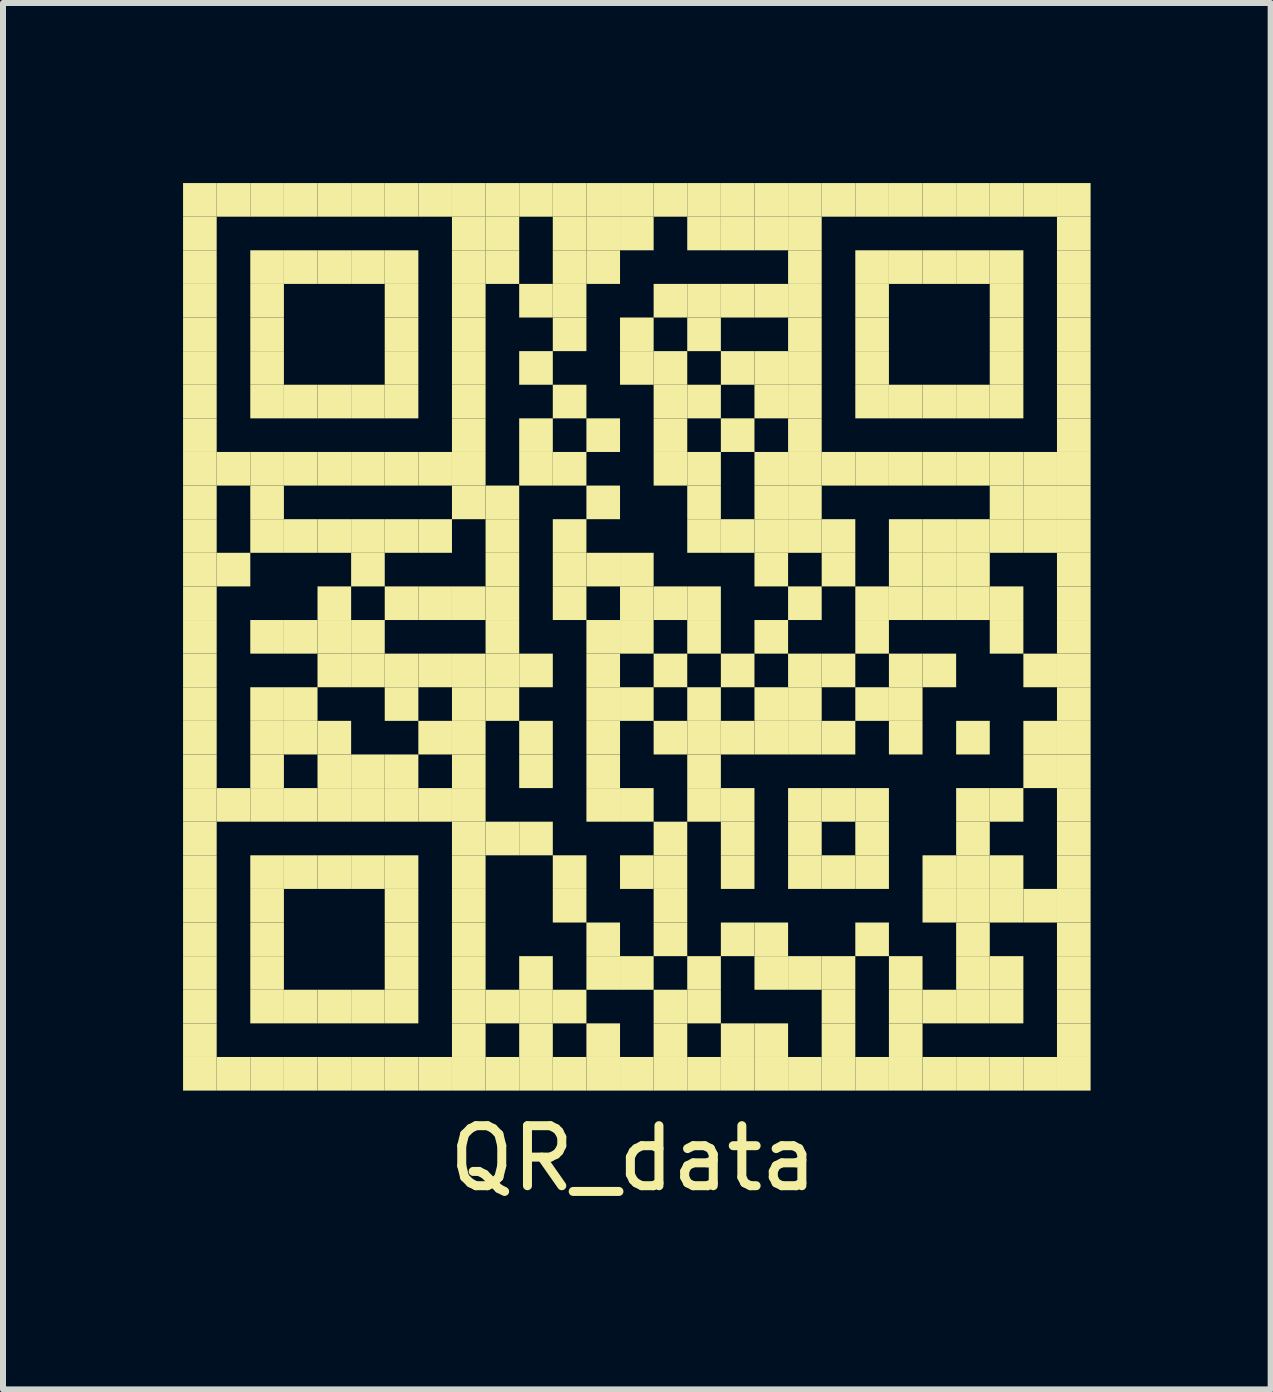
<source format=kicad_pcb>
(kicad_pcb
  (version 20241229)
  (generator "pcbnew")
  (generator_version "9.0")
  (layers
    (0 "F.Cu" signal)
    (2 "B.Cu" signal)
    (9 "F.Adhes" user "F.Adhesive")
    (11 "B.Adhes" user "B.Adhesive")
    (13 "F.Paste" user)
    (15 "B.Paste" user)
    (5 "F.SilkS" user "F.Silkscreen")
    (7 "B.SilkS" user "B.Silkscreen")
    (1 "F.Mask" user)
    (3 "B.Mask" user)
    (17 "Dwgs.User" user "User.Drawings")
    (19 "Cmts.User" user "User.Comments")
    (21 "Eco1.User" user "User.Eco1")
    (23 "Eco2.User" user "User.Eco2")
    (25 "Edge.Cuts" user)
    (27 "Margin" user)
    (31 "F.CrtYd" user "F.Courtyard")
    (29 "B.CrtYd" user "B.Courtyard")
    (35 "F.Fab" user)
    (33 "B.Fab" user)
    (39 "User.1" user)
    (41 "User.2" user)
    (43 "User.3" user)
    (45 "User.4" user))
  (footprint "QR_data"
    (layer "F.Cu")
    (at 7.5 7.5)
    (property "Reference" "QR_data" (at 0 8.75 0) (layer "F.SilkS") (effects (font (size 1 1) (thickness 0.15))))
    (attr exclude_from_pos_files exclude_from_bom)
    (fp_poly (pts (xy -7.5 -7.5) (xy -7.5 -6.94) (xy -6.94 -6.94) (xy -6.94 -7.5)) (stroke (width 0) (type solid)) (fill yes) (layer "F.SilkS"))
    (fp_poly (pts (xy -7.5 -6.94) (xy -7.5 -6.38) (xy -6.94 -6.38) (xy -6.94 -6.94)) (stroke (width 0) (type solid)) (fill yes) (layer "F.SilkS"))
    (fp_poly (pts (xy -7.5 -6.38) (xy -7.5 -5.82) (xy -6.94 -5.82) (xy -6.94 -6.38)) (stroke (width 0) (type solid)) (fill yes) (layer "F.SilkS"))
    (fp_poly (pts (xy -7.5 -5.82) (xy -7.5 -5.26) (xy -6.94 -5.26) (xy -6.94 -5.82)) (stroke (width 0) (type solid)) (fill yes) (layer "F.SilkS"))
    (fp_poly (pts (xy -7.5 -5.26) (xy -7.5 -4.7) (xy -6.94 -4.7) (xy -6.94 -5.26)) (stroke (width 0) (type solid)) (fill yes) (layer "F.SilkS"))
    (fp_poly (pts (xy -7.5 -4.7) (xy -7.5 -4.14) (xy -6.94 -4.14) (xy -6.94 -4.7)) (stroke (width 0) (type solid)) (fill yes) (layer "F.SilkS"))
    (fp_poly (pts (xy -7.5 -4.14) (xy -7.5 -3.58) (xy -6.94 -3.58) (xy -6.94 -4.14)) (stroke (width 0) (type solid)) (fill yes) (layer "F.SilkS"))
    (fp_poly (pts (xy -7.5 -3.58) (xy -7.5 -3.02) (xy -6.94 -3.02) (xy -6.94 -3.58)) (stroke (width 0) (type solid)) (fill yes) (layer "F.SilkS"))
    (fp_poly (pts (xy -7.5 -3.02) (xy -7.5 -2.46) (xy -6.94 -2.46) (xy -6.94 -3.02)) (stroke (width 0) (type solid)) (fill yes) (layer "F.SilkS"))
    (fp_poly (pts (xy -7.5 -2.46) (xy -7.5 -1.9) (xy -6.94 -1.9) (xy -6.94 -2.46)) (stroke (width 0) (type solid)) (fill yes) (layer "F.SilkS"))
    (fp_poly (pts (xy -7.5 -1.9) (xy -7.5 -1.34) (xy -6.94 -1.34) (xy -6.94 -1.9)) (stroke (width 0) (type solid)) (fill yes) (layer "F.SilkS"))
    (fp_poly (pts (xy -7.5 -1.34) (xy -7.5 -0.78) (xy -6.94 -0.78) (xy -6.94 -1.34)) (stroke (width 0) (type solid)) (fill yes) (layer "F.SilkS"))
    (fp_poly (pts (xy -7.5 -0.78) (xy -7.5 -0.22) (xy -6.94 -0.22) (xy -6.94 -0.78)) (stroke (width 0) (type solid)) (fill yes) (layer "F.SilkS"))
    (fp_poly (pts (xy -7.5 -0.22) (xy -7.5 0.34) (xy -6.94 0.34) (xy -6.94 -0.22)) (stroke (width 0) (type solid)) (fill yes) (layer "F.SilkS"))
    (fp_poly (pts (xy -7.5 0.34) (xy -7.5 0.9) (xy -6.94 0.9) (xy -6.94 0.34)) (stroke (width 0) (type solid)) (fill yes) (layer "F.SilkS"))
    (fp_poly (pts (xy -7.5 0.9) (xy -7.5 1.46) (xy -6.94 1.46) (xy -6.94 0.9)) (stroke (width 0) (type solid)) (fill yes) (layer "F.SilkS"))
    (fp_poly (pts (xy -7.5 1.46) (xy -7.5 2.02) (xy -6.94 2.02) (xy -6.94 1.46)) (stroke (width 0) (type solid)) (fill yes) (layer "F.SilkS"))
    (fp_poly (pts (xy -7.5 2.02) (xy -7.5 2.58) (xy -6.94 2.58) (xy -6.94 2.02)) (stroke (width 0) (type solid)) (fill yes) (layer "F.SilkS"))
    (fp_poly (pts (xy -7.5 2.58) (xy -7.5 3.14) (xy -6.94 3.14) (xy -6.94 2.58)) (stroke (width 0) (type solid)) (fill yes) (layer "F.SilkS"))
    (fp_poly (pts (xy -7.5 3.14) (xy -7.5 3.7) (xy -6.94 3.7) (xy -6.94 3.14)) (stroke (width 0) (type solid)) (fill yes) (layer "F.SilkS"))
    (fp_poly (pts (xy -7.5 3.7) (xy -7.5 4.26) (xy -6.94 4.26) (xy -6.94 3.7)) (stroke (width 0) (type solid)) (fill yes) (layer "F.SilkS"))
    (fp_poly (pts (xy -7.5 4.26) (xy -7.5 4.82) (xy -6.94 4.82) (xy -6.94 4.26)) (stroke (width 0) (type solid)) (fill yes) (layer "F.SilkS"))
    (fp_poly (pts (xy -7.5 4.82) (xy -7.5 5.38) (xy -6.94 5.38) (xy -6.94 4.82)) (stroke (width 0) (type solid)) (fill yes) (layer "F.SilkS"))
    (fp_poly (pts (xy -7.5 5.38) (xy -7.5 5.94) (xy -6.94 5.94) (xy -6.94 5.38)) (stroke (width 0) (type solid)) (fill yes) (layer "F.SilkS"))
    (fp_poly (pts (xy -7.5 5.94) (xy -7.5 6.5) (xy -6.94 6.5) (xy -6.94 5.94)) (stroke (width 0) (type solid)) (fill yes) (layer "F.SilkS"))
    (fp_poly (pts (xy -7.5 6.5) (xy -7.5 7.06) (xy -6.94 7.06) (xy -6.94 6.5)) (stroke (width 0) (type solid)) (fill yes) (layer "F.SilkS"))
    (fp_poly (pts (xy -7.5 7.06) (xy -7.5 7.62) (xy -6.94 7.62) (xy -6.94 7.06)) (stroke (width 0) (type solid)) (fill yes) (layer "F.SilkS"))
    (fp_poly (pts (xy -6.94 -7.5) (xy -6.94 -6.94) (xy -6.38 -6.94) (xy -6.38 -7.5)) (stroke (width 0) (type solid)) (fill yes) (layer "F.SilkS"))
    (fp_poly (pts (xy -6.94 -3.02) (xy -6.94 -2.46) (xy -6.38 -2.46) (xy -6.38 -3.02)) (stroke (width 0) (type solid)) (fill yes) (layer "F.SilkS"))
    (fp_poly (pts (xy -6.94 -1.34) (xy -6.94 -0.78) (xy -6.38 -0.78) (xy -6.38 -1.34)) (stroke (width 0) (type solid)) (fill yes) (layer "F.SilkS"))
    (fp_poly (pts (xy -6.94 2.58) (xy -6.94 3.14) (xy -6.38 3.14) (xy -6.38 2.58)) (stroke (width 0) (type solid)) (fill yes) (layer "F.SilkS"))
    (fp_poly (pts (xy -6.94 7.06) (xy -6.94 7.62) (xy -6.38 7.62) (xy -6.38 7.06)) (stroke (width 0) (type solid)) (fill yes) (layer "F.SilkS"))
    (fp_poly (pts (xy -6.38 -7.5) (xy -6.38 -6.94) (xy -5.82 -6.94) (xy -5.82 -7.5)) (stroke (width 0) (type solid)) (fill yes) (layer "F.SilkS"))
    (fp_poly (pts (xy -6.38 -6.38) (xy -6.38 -5.82) (xy -5.82 -5.82) (xy -5.82 -6.38)) (stroke (width 0) (type solid)) (fill yes) (layer "F.SilkS"))
    (fp_poly (pts (xy -6.38 -5.82) (xy -6.38 -5.26) (xy -5.82 -5.26) (xy -5.82 -5.82)) (stroke (width 0) (type solid)) (fill yes) (layer "F.SilkS"))
    (fp_poly (pts (xy -6.38 -5.26) (xy -6.38 -4.7) (xy -5.82 -4.7) (xy -5.82 -5.26)) (stroke (width 0) (type solid)) (fill yes) (layer "F.SilkS"))
    (fp_poly (pts (xy -6.38 -4.7) (xy -6.38 -4.14) (xy -5.82 -4.14) (xy -5.82 -4.7)) (stroke (width 0) (type solid)) (fill yes) (layer "F.SilkS"))
    (fp_poly (pts (xy -6.38 -4.14) (xy -6.38 -3.58) (xy -5.82 -3.58) (xy -5.82 -4.14)) (stroke (width 0) (type solid)) (fill yes) (layer "F.SilkS"))
    (fp_poly (pts (xy -6.38 -3.02) (xy -6.38 -2.46) (xy -5.82 -2.46) (xy -5.82 -3.02)) (stroke (width 0) (type solid)) (fill yes) (layer "F.SilkS"))
    (fp_poly (pts (xy -6.38 -2.46) (xy -6.38 -1.9) (xy -5.82 -1.9) (xy -5.82 -2.46)) (stroke (width 0) (type solid)) (fill yes) (layer "F.SilkS"))
    (fp_poly (pts (xy -6.38 -1.9) (xy -6.38 -1.34) (xy -5.82 -1.34) (xy -5.82 -1.9)) (stroke (width 0) (type solid)) (fill yes) (layer "F.SilkS"))
    (fp_poly (pts (xy -6.38 -0.22) (xy -6.38 0.34) (xy -5.82 0.34) (xy -5.82 -0.22)) (stroke (width 0) (type solid)) (fill yes) (layer "F.SilkS"))
    (fp_poly (pts (xy -6.38 0.9) (xy -6.38 1.46) (xy -5.82 1.46) (xy -5.82 0.9)) (stroke (width 0) (type solid)) (fill yes) (layer "F.SilkS"))
    (fp_poly (pts (xy -6.38 1.46) (xy -6.38 2.02) (xy -5.82 2.02) (xy -5.82 1.46)) (stroke (width 0) (type solid)) (fill yes) (layer "F.SilkS"))
    (fp_poly (pts (xy -6.38 2.02) (xy -6.38 2.58) (xy -5.82 2.58) (xy -5.82 2.02)) (stroke (width 0) (type solid)) (fill yes) (layer "F.SilkS"))
    (fp_poly (pts (xy -6.38 2.58) (xy -6.38 3.14) (xy -5.82 3.14) (xy -5.82 2.58)) (stroke (width 0) (type solid)) (fill yes) (layer "F.SilkS"))
    (fp_poly (pts (xy -6.38 3.7) (xy -6.38 4.26) (xy -5.82 4.26) (xy -5.82 3.7)) (stroke (width 0) (type solid)) (fill yes) (layer "F.SilkS"))
    (fp_poly (pts (xy -6.38 4.26) (xy -6.38 4.82) (xy -5.82 4.82) (xy -5.82 4.26)) (stroke (width 0) (type solid)) (fill yes) (layer "F.SilkS"))
    (fp_poly (pts (xy -6.38 4.82) (xy -6.38 5.38) (xy -5.82 5.38) (xy -5.82 4.82)) (stroke (width 0) (type solid)) (fill yes) (layer "F.SilkS"))
    (fp_poly (pts (xy -6.38 5.38) (xy -6.38 5.94) (xy -5.82 5.94) (xy -5.82 5.38)) (stroke (width 0) (type solid)) (fill yes) (layer "F.SilkS"))
    (fp_poly (pts (xy -6.38 5.94) (xy -6.38 6.5) (xy -5.82 6.5) (xy -5.82 5.94)) (stroke (width 0) (type solid)) (fill yes) (layer "F.SilkS"))
    (fp_poly (pts (xy -6.38 7.06) (xy -6.38 7.62) (xy -5.82 7.62) (xy -5.82 7.06)) (stroke (width 0) (type solid)) (fill yes) (layer "F.SilkS"))
    (fp_poly (pts (xy -5.82 -7.5) (xy -5.82 -6.94) (xy -5.26 -6.94) (xy -5.26 -7.5)) (stroke (width 0) (type solid)) (fill yes) (layer "F.SilkS"))
    (fp_poly (pts (xy -5.82 -6.38) (xy -5.82 -5.82) (xy -5.26 -5.82) (xy -5.26 -6.38)) (stroke (width 0) (type solid)) (fill yes) (layer "F.SilkS"))
    (fp_poly (pts (xy -5.82 -4.14) (xy -5.82 -3.58) (xy -5.26 -3.58) (xy -5.26 -4.14)) (stroke (width 0) (type solid)) (fill yes) (layer "F.SilkS"))
    (fp_poly (pts (xy -5.82 -3.02) (xy -5.82 -2.46) (xy -5.26 -2.46) (xy -5.26 -3.02)) (stroke (width 0) (type solid)) (fill yes) (layer "F.SilkS"))
    (fp_poly (pts (xy -5.82 -1.9) (xy -5.82 -1.34) (xy -5.26 -1.34) (xy -5.26 -1.9)) (stroke (width 0) (type solid)) (fill yes) (layer "F.SilkS"))
    (fp_poly (pts (xy -5.82 -0.22) (xy -5.82 0.34) (xy -5.26 0.34) (xy -5.26 -0.22)) (stroke (width 0) (type solid)) (fill yes) (layer "F.SilkS"))
    (fp_poly (pts (xy -5.82 0.9) (xy -5.82 1.46) (xy -5.26 1.46) (xy -5.26 0.9)) (stroke (width 0) (type solid)) (fill yes) (layer "F.SilkS"))
    (fp_poly (pts (xy -5.82 1.46) (xy -5.82 2.02) (xy -5.26 2.02) (xy -5.26 1.46)) (stroke (width 0) (type solid)) (fill yes) (layer "F.SilkS"))
    (fp_poly (pts (xy -5.82 2.58) (xy -5.82 3.14) (xy -5.26 3.14) (xy -5.26 2.58)) (stroke (width 0) (type solid)) (fill yes) (layer "F.SilkS"))
    (fp_poly (pts (xy -5.82 3.7) (xy -5.82 4.26) (xy -5.26 4.26) (xy -5.26 3.7)) (stroke (width 0) (type solid)) (fill yes) (layer "F.SilkS"))
    (fp_poly (pts (xy -5.82 5.94) (xy -5.82 6.5) (xy -5.26 6.5) (xy -5.26 5.94)) (stroke (width 0) (type solid)) (fill yes) (layer "F.SilkS"))
    (fp_poly (pts (xy -5.82 7.06) (xy -5.82 7.62) (xy -5.26 7.62) (xy -5.26 7.06)) (stroke (width 0) (type solid)) (fill yes) (layer "F.SilkS"))
    (fp_poly (pts (xy -5.26 -7.5) (xy -5.26 -6.94) (xy -4.7 -6.94) (xy -4.7 -7.5)) (stroke (width 0) (type solid)) (fill yes) (layer "F.SilkS"))
    (fp_poly (pts (xy -5.26 -6.38) (xy -5.26 -5.82) (xy -4.7 -5.82) (xy -4.7 -6.38)) (stroke (width 0) (type solid)) (fill yes) (layer "F.SilkS"))
    (fp_poly (pts (xy -5.26 -4.14) (xy -5.26 -3.58) (xy -4.7 -3.58) (xy -4.7 -4.14)) (stroke (width 0) (type solid)) (fill yes) (layer "F.SilkS"))
    (fp_poly (pts (xy -5.26 -3.02) (xy -5.26 -2.46) (xy -4.7 -2.46) (xy -4.7 -3.02)) (stroke (width 0) (type solid)) (fill yes) (layer "F.SilkS"))
    (fp_poly (pts (xy -5.26 -1.9) (xy -5.26 -1.34) (xy -4.7 -1.34) (xy -4.7 -1.9)) (stroke (width 0) (type solid)) (fill yes) (layer "F.SilkS"))
    (fp_poly (pts (xy -5.26 -0.78) (xy -5.26 -0.22) (xy -4.7 -0.22) (xy -4.7 -0.78)) (stroke (width 0) (type solid)) (fill yes) (layer "F.SilkS"))
    (fp_poly (pts (xy -5.26 -0.22) (xy -5.26 0.34) (xy -4.7 0.34) (xy -4.7 -0.22)) (stroke (width 0) (type solid)) (fill yes) (layer "F.SilkS"))
    (fp_poly (pts (xy -5.26 0.34) (xy -5.26 0.9) (xy -4.7 0.9) (xy -4.7 0.34)) (stroke (width 0) (type solid)) (fill yes) (layer "F.SilkS"))
    (fp_poly (pts (xy -5.26 1.46) (xy -5.26 2.02) (xy -4.7 2.02) (xy -4.7 1.46)) (stroke (width 0) (type solid)) (fill yes) (layer "F.SilkS"))
    (fp_poly (pts (xy -5.26 2.02) (xy -5.26 2.58) (xy -4.7 2.58) (xy -4.7 2.02)) (stroke (width 0) (type solid)) (fill yes) (layer "F.SilkS"))
    (fp_poly (pts (xy -5.26 2.58) (xy -5.26 3.14) (xy -4.7 3.14) (xy -4.7 2.58)) (stroke (width 0) (type solid)) (fill yes) (layer "F.SilkS"))
    (fp_poly (pts (xy -5.26 3.7) (xy -5.26 4.26) (xy -4.7 4.26) (xy -4.7 3.7)) (stroke (width 0) (type solid)) (fill yes) (layer "F.SilkS"))
    (fp_poly (pts (xy -5.26 5.94) (xy -5.26 6.5) (xy -4.7 6.5) (xy -4.7 5.94)) (stroke (width 0) (type solid)) (fill yes) (layer "F.SilkS"))
    (fp_poly (pts (xy -5.26 7.06) (xy -5.26 7.62) (xy -4.7 7.62) (xy -4.7 7.06)) (stroke (width 0) (type solid)) (fill yes) (layer "F.SilkS"))
    (fp_poly (pts (xy -4.7 -7.5) (xy -4.7 -6.94) (xy -4.14 -6.94) (xy -4.14 -7.5)) (stroke (width 0) (type solid)) (fill yes) (layer "F.SilkS"))
    (fp_poly (pts (xy -4.7 -6.38) (xy -4.7 -5.82) (xy -4.14 -5.82) (xy -4.14 -6.38)) (stroke (width 0) (type solid)) (fill yes) (layer "F.SilkS"))
    (fp_poly (pts (xy -4.7 -4.14) (xy -4.7 -3.58) (xy -4.14 -3.58) (xy -4.14 -4.14)) (stroke (width 0) (type solid)) (fill yes) (layer "F.SilkS"))
    (fp_poly (pts (xy -4.7 -3.02) (xy -4.7 -2.46) (xy -4.14 -2.46) (xy -4.14 -3.02)) (stroke (width 0) (type solid)) (fill yes) (layer "F.SilkS"))
    (fp_poly (pts (xy -4.7 -1.9) (xy -4.7 -1.34) (xy -4.14 -1.34) (xy -4.14 -1.9)) (stroke (width 0) (type solid)) (fill yes) (layer "F.SilkS"))
    (fp_poly (pts (xy -4.7 -1.34) (xy -4.7 -0.78) (xy -4.14 -0.78) (xy -4.14 -1.34)) (stroke (width 0) (type solid)) (fill yes) (layer "F.SilkS"))
    (fp_poly (pts (xy -4.7 -0.22) (xy -4.7 0.34) (xy -4.14 0.34) (xy -4.14 -0.22)) (stroke (width 0) (type solid)) (fill yes) (layer "F.SilkS"))
    (fp_poly (pts (xy -4.7 0.34) (xy -4.7 0.9) (xy -4.14 0.9) (xy -4.14 0.34)) (stroke (width 0) (type solid)) (fill yes) (layer "F.SilkS"))
    (fp_poly (pts (xy -4.7 2.02) (xy -4.7 2.58) (xy -4.14 2.58) (xy -4.14 2.02)) (stroke (width 0) (type solid)) (fill yes) (layer "F.SilkS"))
    (fp_poly (pts (xy -4.7 2.58) (xy -4.7 3.14) (xy -4.14 3.14) (xy -4.14 2.58)) (stroke (width 0) (type solid)) (fill yes) (layer "F.SilkS"))
    (fp_poly (pts (xy -4.7 3.7) (xy -4.7 4.26) (xy -4.14 4.26) (xy -4.14 3.7)) (stroke (width 0) (type solid)) (fill yes) (layer "F.SilkS"))
    (fp_poly (pts (xy -4.7 5.94) (xy -4.7 6.5) (xy -4.14 6.5) (xy -4.14 5.94)) (stroke (width 0) (type solid)) (fill yes) (layer "F.SilkS"))
    (fp_poly (pts (xy -4.7 7.06) (xy -4.7 7.62) (xy -4.14 7.62) (xy -4.14 7.06)) (stroke (width 0) (type solid)) (fill yes) (layer "F.SilkS"))
    (fp_poly (pts (xy -4.14 -7.5) (xy -4.14 -6.94) (xy -3.58 -6.94) (xy -3.58 -7.5)) (stroke (width 0) (type solid)) (fill yes) (layer "F.SilkS"))
    (fp_poly (pts (xy -4.14 -6.38) (xy -4.14 -5.82) (xy -3.58 -5.82) (xy -3.58 -6.38)) (stroke (width 0) (type solid)) (fill yes) (layer "F.SilkS"))
    (fp_poly (pts (xy -4.14 -5.82) (xy -4.14 -5.26) (xy -3.58 -5.26) (xy -3.58 -5.82)) (stroke (width 0) (type solid)) (fill yes) (layer "F.SilkS"))
    (fp_poly (pts (xy -4.14 -5.26) (xy -4.14 -4.7) (xy -3.58 -4.7) (xy -3.58 -5.26)) (stroke (width 0) (type solid)) (fill yes) (layer "F.SilkS"))
    (fp_poly (pts (xy -4.14 -4.7) (xy -4.14 -4.14) (xy -3.58 -4.14) (xy -3.58 -4.7)) (stroke (width 0) (type solid)) (fill yes) (layer "F.SilkS"))
    (fp_poly (pts (xy -4.14 -4.14) (xy -4.14 -3.58) (xy -3.58 -3.58) (xy -3.58 -4.14)) (stroke (width 0) (type solid)) (fill yes) (layer "F.SilkS"))
    (fp_poly (pts (xy -4.14 -3.02) (xy -4.14 -2.46) (xy -3.58 -2.46) (xy -3.58 -3.02)) (stroke (width 0) (type solid)) (fill yes) (layer "F.SilkS"))
    (fp_poly (pts (xy -4.14 -1.9) (xy -4.14 -1.34) (xy -3.58 -1.34) (xy -3.58 -1.9)) (stroke (width 0) (type solid)) (fill yes) (layer "F.SilkS"))
    (fp_poly (pts (xy -4.14 -0.78) (xy -4.14 -0.22) (xy -3.58 -0.22) (xy -3.58 -0.78)) (stroke (width 0) (type solid)) (fill yes) (layer "F.SilkS"))
    (fp_poly (pts (xy -4.14 0.34) (xy -4.14 0.9) (xy -3.58 0.9) (xy -3.58 0.34)) (stroke (width 0) (type solid)) (fill yes) (layer "F.SilkS"))
    (fp_poly (pts (xy -4.14 0.9) (xy -4.14 1.46) (xy -3.58 1.46) (xy -3.58 0.9)) (stroke (width 0) (type solid)) (fill yes) (layer "F.SilkS"))
    (fp_poly (pts (xy -4.14 2.02) (xy -4.14 2.58) (xy -3.58 2.58) (xy -3.58 2.02)) (stroke (width 0) (type solid)) (fill yes) (layer "F.SilkS"))
    (fp_poly (pts (xy -4.14 2.58) (xy -4.14 3.14) (xy -3.58 3.14) (xy -3.58 2.58)) (stroke (width 0) (type solid)) (fill yes) (layer "F.SilkS"))
    (fp_poly (pts (xy -4.14 3.7) (xy -4.14 4.26) (xy -3.58 4.26) (xy -3.58 3.7)) (stroke (width 0) (type solid)) (fill yes) (layer "F.SilkS"))
    (fp_poly (pts (xy -4.14 4.26) (xy -4.14 4.82) (xy -3.58 4.82) (xy -3.58 4.26)) (stroke (width 0) (type solid)) (fill yes) (layer "F.SilkS"))
    (fp_poly (pts (xy -4.14 4.82) (xy -4.14 5.38) (xy -3.58 5.38) (xy -3.58 4.82)) (stroke (width 0) (type solid)) (fill yes) (layer "F.SilkS"))
    (fp_poly (pts (xy -4.14 5.38) (xy -4.14 5.94) (xy -3.58 5.94) (xy -3.58 5.38)) (stroke (width 0) (type solid)) (fill yes) (layer "F.SilkS"))
    (fp_poly (pts (xy -4.14 5.94) (xy -4.14 6.5) (xy -3.58 6.5) (xy -3.58 5.94)) (stroke (width 0) (type solid)) (fill yes) (layer "F.SilkS"))
    (fp_poly (pts (xy -4.14 7.06) (xy -4.14 7.62) (xy -3.58 7.62) (xy -3.58 7.06)) (stroke (width 0) (type solid)) (fill yes) (layer "F.SilkS"))
    (fp_poly (pts (xy -3.58 -7.5) (xy -3.58 -6.94) (xy -3.02 -6.94) (xy -3.02 -7.5)) (stroke (width 0) (type solid)) (fill yes) (layer "F.SilkS"))
    (fp_poly (pts (xy -3.58 -3.02) (xy -3.58 -2.46) (xy -3.02 -2.46) (xy -3.02 -3.02)) (stroke (width 0) (type solid)) (fill yes) (layer "F.SilkS"))
    (fp_poly (pts (xy -3.58 -1.9) (xy -3.58 -1.34) (xy -3.02 -1.34) (xy -3.02 -1.9)) (stroke (width 0) (type solid)) (fill yes) (layer "F.SilkS"))
    (fp_poly (pts (xy -3.58 -0.78) (xy -3.58 -0.22) (xy -3.02 -0.22) (xy -3.02 -0.78)) (stroke (width 0) (type solid)) (fill yes) (layer "F.SilkS"))
    (fp_poly (pts (xy -3.58 0.34) (xy -3.58 0.9) (xy -3.02 0.9) (xy -3.02 0.34)) (stroke (width 0) (type solid)) (fill yes) (layer "F.SilkS"))
    (fp_poly (pts (xy -3.58 1.46) (xy -3.58 2.02) (xy -3.02 2.02) (xy -3.02 1.46)) (stroke (width 0) (type solid)) (fill yes) (layer "F.SilkS"))
    (fp_poly (pts (xy -3.58 2.58) (xy -3.58 3.14) (xy -3.02 3.14) (xy -3.02 2.58)) (stroke (width 0) (type solid)) (fill yes) (layer "F.SilkS"))
    (fp_poly (pts (xy -3.58 7.06) (xy -3.58 7.62) (xy -3.02 7.62) (xy -3.02 7.06)) (stroke (width 0) (type solid)) (fill yes) (layer "F.SilkS"))
    (fp_poly (pts (xy -3.02 -7.5) (xy -3.02 -6.94) (xy -2.46 -6.94) (xy -2.46 -7.5)) (stroke (width 0) (type solid)) (fill yes) (layer "F.SilkS"))
    (fp_poly (pts (xy -3.02 -6.94) (xy -3.02 -6.38) (xy -2.46 -6.38) (xy -2.46 -6.94)) (stroke (width 0) (type solid)) (fill yes) (layer "F.SilkS"))
    (fp_poly (pts (xy -3.02 -6.38) (xy -3.02 -5.82) (xy -2.46 -5.82) (xy -2.46 -6.38)) (stroke (width 0) (type solid)) (fill yes) (layer "F.SilkS"))
    (fp_poly (pts (xy -3.02 -5.82) (xy -3.02 -5.26) (xy -2.46 -5.26) (xy -2.46 -5.82)) (stroke (width 0) (type solid)) (fill yes) (layer "F.SilkS"))
    (fp_poly (pts (xy -3.02 -5.26) (xy -3.02 -4.7) (xy -2.46 -4.7) (xy -2.46 -5.26)) (stroke (width 0) (type solid)) (fill yes) (layer "F.SilkS"))
    (fp_poly (pts (xy -3.02 -4.7) (xy -3.02 -4.14) (xy -2.46 -4.14) (xy -2.46 -4.7)) (stroke (width 0) (type solid)) (fill yes) (layer "F.SilkS"))
    (fp_poly (pts (xy -3.02 -4.14) (xy -3.02 -3.58) (xy -2.46 -3.58) (xy -2.46 -4.14)) (stroke (width 0) (type solid)) (fill yes) (layer "F.SilkS"))
    (fp_poly (pts (xy -3.02 -3.58) (xy -3.02 -3.02) (xy -2.46 -3.02) (xy -2.46 -3.58)) (stroke (width 0) (type solid)) (fill yes) (layer "F.SilkS"))
    (fp_poly (pts (xy -3.02 -3.02) (xy -3.02 -2.46) (xy -2.46 -2.46) (xy -2.46 -3.02)) (stroke (width 0) (type solid)) (fill yes) (layer "F.SilkS"))
    (fp_poly (pts (xy -3.02 -2.46) (xy -3.02 -1.9) (xy -2.46 -1.9) (xy -2.46 -2.46)) (stroke (width 0) (type solid)) (fill yes) (layer "F.SilkS"))
    (fp_poly (pts (xy -3.02 -0.78) (xy -3.02 -0.22) (xy -2.46 -0.22) (xy -2.46 -0.78)) (stroke (width 0) (type solid)) (fill yes) (layer "F.SilkS"))
    (fp_poly (pts (xy -3.02 0.34) (xy -3.02 0.9) (xy -2.46 0.9) (xy -2.46 0.34)) (stroke (width 0) (type solid)) (fill yes) (layer "F.SilkS"))
    (fp_poly (pts (xy -3.02 0.9) (xy -3.02 1.46) (xy -2.46 1.46) (xy -2.46 0.9)) (stroke (width 0) (type solid)) (fill yes) (layer "F.SilkS"))
    (fp_poly (pts (xy -3.02 1.46) (xy -3.02 2.02) (xy -2.46 2.02) (xy -2.46 1.46)) (stroke (width 0) (type solid)) (fill yes) (layer "F.SilkS"))
    (fp_poly (pts (xy -3.02 2.02) (xy -3.02 2.58) (xy -2.46 2.58) (xy -2.46 2.02)) (stroke (width 0) (type solid)) (fill yes) (layer "F.SilkS"))
    (fp_poly (pts (xy -3.02 2.58) (xy -3.02 3.14) (xy -2.46 3.14) (xy -2.46 2.58)) (stroke (width 0) (type solid)) (fill yes) (layer "F.SilkS"))
    (fp_poly (pts (xy -3.02 3.14) (xy -3.02 3.7) (xy -2.46 3.7) (xy -2.46 3.14)) (stroke (width 0) (type solid)) (fill yes) (layer "F.SilkS"))
    (fp_poly (pts (xy -3.02 3.7) (xy -3.02 4.26) (xy -2.46 4.26) (xy -2.46 3.7)) (stroke (width 0) (type solid)) (fill yes) (layer "F.SilkS"))
    (fp_poly (pts (xy -3.02 4.26) (xy -3.02 4.82) (xy -2.46 4.82) (xy -2.46 4.26)) (stroke (width 0) (type solid)) (fill yes) (layer "F.SilkS"))
    (fp_poly (pts (xy -3.02 4.82) (xy -3.02 5.38) (xy -2.46 5.38) (xy -2.46 4.82)) (stroke (width 0) (type solid)) (fill yes) (layer "F.SilkS"))
    (fp_poly (pts (xy -3.02 5.38) (xy -3.02 5.94) (xy -2.46 5.94) (xy -2.46 5.38)) (stroke (width 0) (type solid)) (fill yes) (layer "F.SilkS"))
    (fp_poly (pts (xy -3.02 5.94) (xy -3.02 6.5) (xy -2.46 6.5) (xy -2.46 5.94)) (stroke (width 0) (type solid)) (fill yes) (layer "F.SilkS"))
    (fp_poly (pts (xy -3.02 6.5) (xy -3.02 7.06) (xy -2.46 7.06) (xy -2.46 6.5)) (stroke (width 0) (type solid)) (fill yes) (layer "F.SilkS"))
    (fp_poly (pts (xy -3.02 7.06) (xy -3.02 7.62) (xy -2.46 7.62) (xy -2.46 7.06)) (stroke (width 0) (type solid)) (fill yes) (layer "F.SilkS"))
    (fp_poly (pts (xy -2.46 -7.5) (xy -2.46 -6.94) (xy -1.9 -6.94) (xy -1.9 -7.5)) (stroke (width 0) (type solid)) (fill yes) (layer "F.SilkS"))
    (fp_poly (pts (xy -2.46 -6.94) (xy -2.46 -6.38) (xy -1.9 -6.38) (xy -1.9 -6.94)) (stroke (width 0) (type solid)) (fill yes) (layer "F.SilkS"))
    (fp_poly (pts (xy -2.46 -6.38) (xy -2.46 -5.82) (xy -1.9 -5.82) (xy -1.9 -6.38)) (stroke (width 0) (type solid)) (fill yes) (layer "F.SilkS"))
    (fp_poly (pts (xy -2.46 -2.46) (xy -2.46 -1.9) (xy -1.9 -1.9) (xy -1.9 -2.46)) (stroke (width 0) (type solid)) (fill yes) (layer "F.SilkS"))
    (fp_poly (pts (xy -2.46 -1.9) (xy -2.46 -1.34) (xy -1.9 -1.34) (xy -1.9 -1.9)) (stroke (width 0) (type solid)) (fill yes) (layer "F.SilkS"))
    (fp_poly (pts (xy -2.46 -1.34) (xy -2.46 -0.78) (xy -1.9 -0.78) (xy -1.9 -1.34)) (stroke (width 0) (type solid)) (fill yes) (layer "F.SilkS"))
    (fp_poly (pts (xy -2.46 -0.78) (xy -2.46 -0.22) (xy -1.9 -0.22) (xy -1.9 -0.78)) (stroke (width 0) (type solid)) (fill yes) (layer "F.SilkS"))
    (fp_poly (pts (xy -2.46 -0.22) (xy -2.46 0.34) (xy -1.9 0.34) (xy -1.9 -0.22)) (stroke (width 0) (type solid)) (fill yes) (layer "F.SilkS"))
    (fp_poly (pts (xy -2.46 0.34) (xy -2.46 0.9) (xy -1.9 0.9) (xy -1.9 0.34)) (stroke (width 0) (type solid)) (fill yes) (layer "F.SilkS"))
    (fp_poly (pts (xy -2.46 0.9) (xy -2.46 1.46) (xy -1.9 1.46) (xy -1.9 0.9)) (stroke (width 0) (type solid)) (fill yes) (layer "F.SilkS"))
    (fp_poly (pts (xy -2.46 3.14) (xy -2.46 3.7) (xy -1.9 3.7) (xy -1.9 3.14)) (stroke (width 0) (type solid)) (fill yes) (layer "F.SilkS"))
    (fp_poly (pts (xy -2.46 5.94) (xy -2.46 6.5) (xy -1.9 6.5) (xy -1.9 5.94)) (stroke (width 0) (type solid)) (fill yes) (layer "F.SilkS"))
    (fp_poly (pts (xy -2.46 7.06) (xy -2.46 7.62) (xy -1.9 7.62) (xy -1.9 7.06)) (stroke (width 0) (type solid)) (fill yes) (layer "F.SilkS"))
    (fp_poly (pts (xy -1.9 -7.5) (xy -1.9 -6.94) (xy -1.34 -6.94) (xy -1.34 -7.5)) (stroke (width 0) (type solid)) (fill yes) (layer "F.SilkS"))
    (fp_poly (pts (xy -1.9 -5.82) (xy -1.9 -5.26) (xy -1.34 -5.26) (xy -1.34 -5.82)) (stroke (width 0) (type solid)) (fill yes) (layer "F.SilkS"))
    (fp_poly (pts (xy -1.9 -4.7) (xy -1.9 -4.14) (xy -1.34 -4.14) (xy -1.34 -4.7)) (stroke (width 0) (type solid)) (fill yes) (layer "F.SilkS"))
    (fp_poly (pts (xy -1.9 -3.58) (xy -1.9 -3.02) (xy -1.34 -3.02) (xy -1.34 -3.58)) (stroke (width 0) (type solid)) (fill yes) (layer "F.SilkS"))
    (fp_poly (pts (xy -1.9 -3.02) (xy -1.9 -2.46) (xy -1.34 -2.46) (xy -1.34 -3.02)) (stroke (width 0) (type solid)) (fill yes) (layer "F.SilkS"))
    (fp_poly (pts (xy -1.9 0.34) (xy -1.9 0.9) (xy -1.34 0.9) (xy -1.34 0.34)) (stroke (width 0) (type solid)) (fill yes) (layer "F.SilkS"))
    (fp_poly (pts (xy -1.9 1.46) (xy -1.9 2.02) (xy -1.34 2.02) (xy -1.34 1.46)) (stroke (width 0) (type solid)) (fill yes) (layer "F.SilkS"))
    (fp_poly (pts (xy -1.9 2.02) (xy -1.9 2.58) (xy -1.34 2.58) (xy -1.34 2.02)) (stroke (width 0) (type solid)) (fill yes) (layer "F.SilkS"))
    (fp_poly (pts (xy -1.9 3.14) (xy -1.9 3.7) (xy -1.34 3.7) (xy -1.34 3.14)) (stroke (width 0) (type solid)) (fill yes) (layer "F.SilkS"))
    (fp_poly (pts (xy -1.9 5.38) (xy -1.9 5.94) (xy -1.34 5.94) (xy -1.34 5.38)) (stroke (width 0) (type solid)) (fill yes) (layer "F.SilkS"))
    (fp_poly (pts (xy -1.9 5.94) (xy -1.9 6.5) (xy -1.34 6.5) (xy -1.34 5.94)) (stroke (width 0) (type solid)) (fill yes) (layer "F.SilkS"))
    (fp_poly (pts (xy -1.9 6.5) (xy -1.9 7.06) (xy -1.34 7.06) (xy -1.34 6.5)) (stroke (width 0) (type solid)) (fill yes) (layer "F.SilkS"))
    (fp_poly (pts (xy -1.9 7.06) (xy -1.9 7.62) (xy -1.34 7.62) (xy -1.34 7.06)) (stroke (width 0) (type solid)) (fill yes) (layer "F.SilkS"))
    (fp_poly (pts (xy -1.34 -7.5) (xy -1.34 -6.94) (xy -0.78 -6.94) (xy -0.78 -7.5)) (stroke (width 0) (type solid)) (fill yes) (layer "F.SilkS"))
    (fp_poly (pts (xy -1.34 -6.94) (xy -1.34 -6.38) (xy -0.78 -6.38) (xy -0.78 -6.94)) (stroke (width 0) (type solid)) (fill yes) (layer "F.SilkS"))
    (fp_poly (pts (xy -1.34 -6.38) (xy -1.34 -5.82) (xy -0.78 -5.82) (xy -0.78 -6.38)) (stroke (width 0) (type solid)) (fill yes) (layer "F.SilkS"))
    (fp_poly (pts (xy -1.34 -5.82) (xy -1.34 -5.26) (xy -0.78 -5.26) (xy -0.78 -5.82)) (stroke (width 0) (type solid)) (fill yes) (layer "F.SilkS"))
    (fp_poly (pts (xy -1.34 -5.26) (xy -1.34 -4.7) (xy -0.78 -4.7) (xy -0.78 -5.26)) (stroke (width 0) (type solid)) (fill yes) (layer "F.SilkS"))
    (fp_poly (pts (xy -1.34 -4.14) (xy -1.34 -3.58) (xy -0.78 -3.58) (xy -0.78 -4.14)) (stroke (width 0) (type solid)) (fill yes) (layer "F.SilkS"))
    (fp_poly (pts (xy -1.34 -3.02) (xy -1.34 -2.46) (xy -0.78 -2.46) (xy -0.78 -3.02)) (stroke (width 0) (type solid)) (fill yes) (layer "F.SilkS"))
    (fp_poly (pts (xy -1.34 -1.9) (xy -1.34 -1.34) (xy -0.78 -1.34) (xy -0.78 -1.9)) (stroke (width 0) (type solid)) (fill yes) (layer "F.SilkS"))
    (fp_poly (pts (xy -1.34 -1.34) (xy -1.34 -0.78) (xy -0.78 -0.78) (xy -0.78 -1.34)) (stroke (width 0) (type solid)) (fill yes) (layer "F.SilkS"))
    (fp_poly (pts (xy -1.34 -0.78) (xy -1.34 -0.22) (xy -0.78 -0.22) (xy -0.78 -0.78)) (stroke (width 0) (type solid)) (fill yes) (layer "F.SilkS"))
    (fp_poly (pts (xy -1.34 3.7) (xy -1.34 4.26) (xy -0.78 4.26) (xy -0.78 3.7)) (stroke (width 0) (type solid)) (fill yes) (layer "F.SilkS"))
    (fp_poly (pts (xy -1.34 4.26) (xy -1.34 4.82) (xy -0.78 4.82) (xy -0.78 4.26)) (stroke (width 0) (type solid)) (fill yes) (layer "F.SilkS"))
    (fp_poly (pts (xy -1.34 5.94) (xy -1.34 6.5) (xy -0.78 6.5) (xy -0.78 5.94)) (stroke (width 0) (type solid)) (fill yes) (layer "F.SilkS"))
    (fp_poly (pts (xy -1.34 7.06) (xy -1.34 7.62) (xy -0.78 7.62) (xy -0.78 7.06)) (stroke (width 0) (type solid)) (fill yes) (layer "F.SilkS"))
    (fp_poly (pts (xy -0.78 -7.5) (xy -0.78 -6.94) (xy -0.22 -6.94) (xy -0.22 -7.5)) (stroke (width 0) (type solid)) (fill yes) (layer "F.SilkS"))
    (fp_poly (pts (xy -0.78 -6.94) (xy -0.78 -6.38) (xy -0.22 -6.38) (xy -0.22 -6.94)) (stroke (width 0) (type solid)) (fill yes) (layer "F.SilkS"))
    (fp_poly (pts (xy -0.78 -6.38) (xy -0.78 -5.82) (xy -0.22 -5.82) (xy -0.22 -6.38)) (stroke (width 0) (type solid)) (fill yes) (layer "F.SilkS"))
    (fp_poly (pts (xy -0.78 -3.58) (xy -0.78 -3.02) (xy -0.22 -3.02) (xy -0.22 -3.58)) (stroke (width 0) (type solid)) (fill yes) (layer "F.SilkS"))
    (fp_poly (pts (xy -0.78 -2.46) (xy -0.78 -1.9) (xy -0.22 -1.9) (xy -0.22 -2.46)) (stroke (width 0) (type solid)) (fill yes) (layer "F.SilkS"))
    (fp_poly (pts (xy -0.78 -1.34) (xy -0.78 -0.78) (xy -0.22 -0.78) (xy -0.22 -1.34)) (stroke (width 0) (type solid)) (fill yes) (layer "F.SilkS"))
    (fp_poly (pts (xy -0.78 -0.22) (xy -0.78 0.34) (xy -0.22 0.34) (xy -0.22 -0.22)) (stroke (width 0) (type solid)) (fill yes) (layer "F.SilkS"))
    (fp_poly (pts (xy -0.78 0.34) (xy -0.78 0.9) (xy -0.22 0.9) (xy -0.22 0.34)) (stroke (width 0) (type solid)) (fill yes) (layer "F.SilkS"))
    (fp_poly (pts (xy -0.78 0.9) (xy -0.78 1.46) (xy -0.22 1.46) (xy -0.22 0.9)) (stroke (width 0) (type solid)) (fill yes) (layer "F.SilkS"))
    (fp_poly (pts (xy -0.78 1.46) (xy -0.78 2.02) (xy -0.22 2.02) (xy -0.22 1.46)) (stroke (width 0) (type solid)) (fill yes) (layer "F.SilkS"))
    (fp_poly (pts (xy -0.78 2.02) (xy -0.78 2.58) (xy -0.22 2.58) (xy -0.22 2.02)) (stroke (width 0) (type solid)) (fill yes) (layer "F.SilkS"))
    (fp_poly (pts (xy -0.78 2.58) (xy -0.78 3.14) (xy -0.22 3.14) (xy -0.22 2.58)) (stroke (width 0) (type solid)) (fill yes) (layer "F.SilkS"))
    (fp_poly (pts (xy -0.78 4.82) (xy -0.78 5.38) (xy -0.22 5.38) (xy -0.22 4.82)) (stroke (width 0) (type solid)) (fill yes) (layer "F.SilkS"))
    (fp_poly (pts (xy -0.78 5.38) (xy -0.78 5.94) (xy -0.22 5.94) (xy -0.22 5.38)) (stroke (width 0) (type solid)) (fill yes) (layer "F.SilkS"))
    (fp_poly (pts (xy -0.78 6.5) (xy -0.78 7.06) (xy -0.22 7.06) (xy -0.22 6.5)) (stroke (width 0) (type solid)) (fill yes) (layer "F.SilkS"))
    (fp_poly (pts (xy -0.78 7.06) (xy -0.78 7.62) (xy -0.22 7.62) (xy -0.22 7.06)) (stroke (width 0) (type solid)) (fill yes) (layer "F.SilkS"))
    (fp_poly (pts (xy -0.22 -7.5) (xy -0.22 -6.94) (xy 0.34 -6.94) (xy 0.34 -7.5)) (stroke (width 0) (type solid)) (fill yes) (layer "F.SilkS"))
    (fp_poly (pts (xy -0.22 -6.94) (xy -0.22 -6.38) (xy 0.34 -6.38) (xy 0.34 -6.94)) (stroke (width 0) (type solid)) (fill yes) (layer "F.SilkS"))
    (fp_poly (pts (xy -0.22 -5.26) (xy -0.22 -4.7) (xy 0.34 -4.7) (xy 0.34 -5.26)) (stroke (width 0) (type solid)) (fill yes) (layer "F.SilkS"))
    (fp_poly (pts (xy -0.22 -4.7) (xy -0.22 -4.14) (xy 0.34 -4.14) (xy 0.34 -4.7)) (stroke (width 0) (type solid)) (fill yes) (layer "F.SilkS"))
    (fp_poly (pts (xy -0.22 -1.34) (xy -0.22 -0.78) (xy 0.34 -0.78) (xy 0.34 -1.34)) (stroke (width 0) (type solid)) (fill yes) (layer "F.SilkS"))
    (fp_poly (pts (xy -0.22 -0.78) (xy -0.22 -0.22) (xy 0.34 -0.22) (xy 0.34 -0.78)) (stroke (width 0) (type solid)) (fill yes) (layer "F.SilkS"))
    (fp_poly (pts (xy -0.22 -0.22) (xy -0.22 0.34) (xy 0.34 0.34) (xy 0.34 -0.22)) (stroke (width 0) (type solid)) (fill yes) (layer "F.SilkS"))
    (fp_poly (pts (xy -0.22 0.9) (xy -0.22 1.46) (xy 0.34 1.46) (xy 0.34 0.9)) (stroke (width 0) (type solid)) (fill yes) (layer "F.SilkS"))
    (fp_poly (pts (xy -0.22 2.58) (xy -0.22 3.14) (xy 0.34 3.14) (xy 0.34 2.58)) (stroke (width 0) (type solid)) (fill yes) (layer "F.SilkS"))
    (fp_poly (pts (xy -0.22 3.7) (xy -0.22 4.26) (xy 0.34 4.26) (xy 0.34 3.7)) (stroke (width 0) (type solid)) (fill yes) (layer "F.SilkS"))
    (fp_poly (pts (xy -0.22 5.38) (xy -0.22 5.94) (xy 0.34 5.94) (xy 0.34 5.38)) (stroke (width 0) (type solid)) (fill yes) (layer "F.SilkS"))
    (fp_poly (pts (xy -0.22 7.06) (xy -0.22 7.62) (xy 0.34 7.62) (xy 0.34 7.06)) (stroke (width 0) (type solid)) (fill yes) (layer "F.SilkS"))
    (fp_poly (pts (xy 0.34 -7.5) (xy 0.34 -6.94) (xy 0.9 -6.94) (xy 0.9 -7.5)) (stroke (width 0) (type solid)) (fill yes) (layer "F.SilkS"))
    (fp_poly (pts (xy 0.34 -5.82) (xy 0.34 -5.26) (xy 0.9 -5.26) (xy 0.9 -5.82)) (stroke (width 0) (type solid)) (fill yes) (layer "F.SilkS"))
    (fp_poly (pts (xy 0.34 -4.7) (xy 0.34 -4.14) (xy 0.9 -4.14) (xy 0.9 -4.7)) (stroke (width 0) (type solid)) (fill yes) (layer "F.SilkS"))
    (fp_poly (pts (xy 0.34 -4.14) (xy 0.34 -3.58) (xy 0.9 -3.58) (xy 0.9 -4.14)) (stroke (width 0) (type solid)) (fill yes) (layer "F.SilkS"))
    (fp_poly (pts (xy 0.34 -3.58) (xy 0.34 -3.02) (xy 0.9 -3.02) (xy 0.9 -3.58)) (stroke (width 0) (type solid)) (fill yes) (layer "F.SilkS"))
    (fp_poly (pts (xy 0.34 -3.02) (xy 0.34 -2.46) (xy 0.9 -2.46) (xy 0.9 -3.02)) (stroke (width 0) (type solid)) (fill yes) (layer "F.SilkS"))
    (fp_poly (pts (xy 0.34 -0.78) (xy 0.34 -0.22) (xy 0.9 -0.22) (xy 0.9 -0.78)) (stroke (width 0) (type solid)) (fill yes) (layer "F.SilkS"))
    (fp_poly (pts (xy 0.34 0.34) (xy 0.34 0.9) (xy 0.9 0.9) (xy 0.9 0.34)) (stroke (width 0) (type solid)) (fill yes) (layer "F.SilkS"))
    (fp_poly (pts (xy 0.34 1.46) (xy 0.34 2.02) (xy 0.9 2.02) (xy 0.9 1.46)) (stroke (width 0) (type solid)) (fill yes) (layer "F.SilkS"))
    (fp_poly (pts (xy 0.34 3.14) (xy 0.34 3.7) (xy 0.9 3.7) (xy 0.9 3.14)) (stroke (width 0) (type solid)) (fill yes) (layer "F.SilkS"))
    (fp_poly (pts (xy 0.34 3.7) (xy 0.34 4.26) (xy 0.9 4.26) (xy 0.9 3.7)) (stroke (width 0) (type solid)) (fill yes) (layer "F.SilkS"))
    (fp_poly (pts (xy 0.34 4.26) (xy 0.34 4.82) (xy 0.9 4.82) (xy 0.9 4.26)) (stroke (width 0) (type solid)) (fill yes) (layer "F.SilkS"))
    (fp_poly (pts (xy 0.34 4.82) (xy 0.34 5.38) (xy 0.9 5.38) (xy 0.9 4.82)) (stroke (width 0) (type solid)) (fill yes) (layer "F.SilkS"))
    (fp_poly (pts (xy 0.34 5.94) (xy 0.34 6.5) (xy 0.9 6.5) (xy 0.9 5.94)) (stroke (width 0) (type solid)) (fill yes) (layer "F.SilkS"))
    (fp_poly (pts (xy 0.34 6.5) (xy 0.34 7.06) (xy 0.9 7.06) (xy 0.9 6.5)) (stroke (width 0) (type solid)) (fill yes) (layer "F.SilkS"))
    (fp_poly (pts (xy 0.34 7.06) (xy 0.34 7.62) (xy 0.9 7.62) (xy 0.9 7.06)) (stroke (width 0) (type solid)) (fill yes) (layer "F.SilkS"))
    (fp_poly (pts (xy 0.9 -7.5) (xy 0.9 -6.94) (xy 1.46 -6.94) (xy 1.46 -7.5)) (stroke (width 0) (type solid)) (fill yes) (layer "F.SilkS"))
    (fp_poly (pts (xy 0.9 -6.94) (xy 0.9 -6.38) (xy 1.46 -6.38) (xy 1.46 -6.94)) (stroke (width 0) (type solid)) (fill yes) (layer "F.SilkS"))
    (fp_poly (pts (xy 0.9 -5.82) (xy 0.9 -5.26) (xy 1.46 -5.26) (xy 1.46 -5.82)) (stroke (width 0) (type solid)) (fill yes) (layer "F.SilkS"))
    (fp_poly (pts (xy 0.9 -5.26) (xy 0.9 -4.7) (xy 1.46 -4.7) (xy 1.46 -5.26)) (stroke (width 0) (type solid)) (fill yes) (layer "F.SilkS"))
    (fp_poly (pts (xy 0.9 -4.14) (xy 0.9 -3.58) (xy 1.46 -3.58) (xy 1.46 -4.14)) (stroke (width 0) (type solid)) (fill yes) (layer "F.SilkS"))
    (fp_poly (pts (xy 0.9 -3.02) (xy 0.9 -2.46) (xy 1.46 -2.46) (xy 1.46 -3.02)) (stroke (width 0) (type solid)) (fill yes) (layer "F.SilkS"))
    (fp_poly (pts (xy 0.9 -2.46) (xy 0.9 -1.9) (xy 1.46 -1.9) (xy 1.46 -2.46)) (stroke (width 0) (type solid)) (fill yes) (layer "F.SilkS"))
    (fp_poly (pts (xy 0.9 -1.9) (xy 0.9 -1.34) (xy 1.46 -1.34) (xy 1.46 -1.9)) (stroke (width 0) (type solid)) (fill yes) (layer "F.SilkS"))
    (fp_poly (pts (xy 0.9 -0.78) (xy 0.9 -0.22) (xy 1.46 -0.22) (xy 1.46 -0.78)) (stroke (width 0) (type solid)) (fill yes) (layer "F.SilkS"))
    (fp_poly (pts (xy 0.9 -0.22) (xy 0.9 0.34) (xy 1.46 0.34) (xy 1.46 -0.22)) (stroke (width 0) (type solid)) (fill yes) (layer "F.SilkS"))
    (fp_poly (pts (xy 0.9 0.9) (xy 0.9 1.46) (xy 1.46 1.46) (xy 1.46 0.9)) (stroke (width 0) (type solid)) (fill yes) (layer "F.SilkS"))
    (fp_poly (pts (xy 0.9 1.46) (xy 0.9 2.02) (xy 1.46 2.02) (xy 1.46 1.46)) (stroke (width 0) (type solid)) (fill yes) (layer "F.SilkS"))
    (fp_poly (pts (xy 0.9 2.02) (xy 0.9 2.58) (xy 1.46 2.58) (xy 1.46 2.02)) (stroke (width 0) (type solid)) (fill yes) (layer "F.SilkS"))
    (fp_poly (pts (xy 0.9 2.58) (xy 0.9 3.14) (xy 1.46 3.14) (xy 1.46 2.58)) (stroke (width 0) (type solid)) (fill yes) (layer "F.SilkS"))
    (fp_poly (pts (xy 0.9 5.38) (xy 0.9 5.94) (xy 1.46 5.94) (xy 1.46 5.38)) (stroke (width 0) (type solid)) (fill yes) (layer "F.SilkS"))
    (fp_poly (pts (xy 0.9 5.94) (xy 0.9 6.5) (xy 1.46 6.5) (xy 1.46 5.94)) (stroke (width 0) (type solid)) (fill yes) (layer "F.SilkS"))
    (fp_poly (pts (xy 0.9 7.06) (xy 0.9 7.62) (xy 1.46 7.62) (xy 1.46 7.06)) (stroke (width 0) (type solid)) (fill yes) (layer "F.SilkS"))
    (fp_poly (pts (xy 1.46 -7.5) (xy 1.46 -6.94) (xy 2.02 -6.94) (xy 2.02 -7.5)) (stroke (width 0) (type solid)) (fill yes) (layer "F.SilkS"))
    (fp_poly (pts (xy 1.46 -6.94) (xy 1.46 -6.38) (xy 2.02 -6.38) (xy 2.02 -6.94)) (stroke (width 0) (type solid)) (fill yes) (layer "F.SilkS"))
    (fp_poly (pts (xy 1.46 -5.82) (xy 1.46 -5.26) (xy 2.02 -5.26) (xy 2.02 -5.82)) (stroke (width 0) (type solid)) (fill yes) (layer "F.SilkS"))
    (fp_poly (pts (xy 1.46 -4.7) (xy 1.46 -4.14) (xy 2.02 -4.14) (xy 2.02 -4.7)) (stroke (width 0) (type solid)) (fill yes) (layer "F.SilkS"))
    (fp_poly (pts (xy 1.46 -3.58) (xy 1.46 -3.02) (xy 2.02 -3.02) (xy 2.02 -3.58)) (stroke (width 0) (type solid)) (fill yes) (layer "F.SilkS"))
    (fp_poly (pts (xy 1.46 -1.9) (xy 1.46 -1.34) (xy 2.02 -1.34) (xy 2.02 -1.9)) (stroke (width 0) (type solid)) (fill yes) (layer "F.SilkS"))
    (fp_poly (pts (xy 1.46 0.34) (xy 1.46 0.9) (xy 2.02 0.9) (xy 2.02 0.34)) (stroke (width 0) (type solid)) (fill yes) (layer "F.SilkS"))
    (fp_poly (pts (xy 1.46 1.46) (xy 1.46 2.02) (xy 2.02 2.02) (xy 2.02 1.46)) (stroke (width 0) (type solid)) (fill yes) (layer "F.SilkS"))
    (fp_poly (pts (xy 1.46 2.58) (xy 1.46 3.14) (xy 2.02 3.14) (xy 2.02 2.58)) (stroke (width 0) (type solid)) (fill yes) (layer "F.SilkS"))
    (fp_poly (pts (xy 1.46 3.14) (xy 1.46 3.7) (xy 2.02 3.7) (xy 2.02 3.14)) (stroke (width 0) (type solid)) (fill yes) (layer "F.SilkS"))
    (fp_poly (pts (xy 1.46 3.7) (xy 1.46 4.26) (xy 2.02 4.26) (xy 2.02 3.7)) (stroke (width 0) (type solid)) (fill yes) (layer "F.SilkS"))
    (fp_poly (pts (xy 1.46 4.82) (xy 1.46 5.38) (xy 2.02 5.38) (xy 2.02 4.82)) (stroke (width 0) (type solid)) (fill yes) (layer "F.SilkS"))
    (fp_poly (pts (xy 1.46 6.5) (xy 1.46 7.06) (xy 2.02 7.06) (xy 2.02 6.5)) (stroke (width 0) (type solid)) (fill yes) (layer "F.SilkS"))
    (fp_poly (pts (xy 1.46 7.06) (xy 1.46 7.62) (xy 2.02 7.62) (xy 2.02 7.06)) (stroke (width 0) (type solid)) (fill yes) (layer "F.SilkS"))
    (fp_poly (pts (xy 2.02 -7.5) (xy 2.02 -6.94) (xy 2.58 -6.94) (xy 2.58 -7.5)) (stroke (width 0) (type solid)) (fill yes) (layer "F.SilkS"))
    (fp_poly (pts (xy 2.02 -6.94) (xy 2.02 -6.38) (xy 2.58 -6.38) (xy 2.58 -6.94)) (stroke (width 0) (type solid)) (fill yes) (layer "F.SilkS"))
    (fp_poly (pts (xy 2.02 -5.82) (xy 2.02 -5.26) (xy 2.58 -5.26) (xy 2.58 -5.82)) (stroke (width 0) (type solid)) (fill yes) (layer "F.SilkS"))
    (fp_poly (pts (xy 2.02 -4.7) (xy 2.02 -4.14) (xy 2.58 -4.14) (xy 2.58 -4.7)) (stroke (width 0) (type solid)) (fill yes) (layer "F.SilkS"))
    (fp_poly (pts (xy 2.02 -4.14) (xy 2.02 -3.58) (xy 2.58 -3.58) (xy 2.58 -4.14)) (stroke (width 0) (type solid)) (fill yes) (layer "F.SilkS"))
    (fp_poly (pts (xy 2.02 -3.02) (xy 2.02 -2.46) (xy 2.58 -2.46) (xy 2.58 -3.02)) (stroke (width 0) (type solid)) (fill yes) (layer "F.SilkS"))
    (fp_poly (pts (xy 2.02 -2.46) (xy 2.02 -1.9) (xy 2.58 -1.9) (xy 2.58 -2.46)) (stroke (width 0) (type solid)) (fill yes) (layer "F.SilkS"))
    (fp_poly (pts (xy 2.02 -1.9) (xy 2.02 -1.34) (xy 2.58 -1.34) (xy 2.58 -1.9)) (stroke (width 0) (type solid)) (fill yes) (layer "F.SilkS"))
    (fp_poly (pts (xy 2.02 -1.34) (xy 2.02 -0.78) (xy 2.58 -0.78) (xy 2.58 -1.34)) (stroke (width 0) (type solid)) (fill yes) (layer "F.SilkS"))
    (fp_poly (pts (xy 2.02 -0.22) (xy 2.02 0.34) (xy 2.58 0.34) (xy 2.58 -0.22)) (stroke (width 0) (type solid)) (fill yes) (layer "F.SilkS"))
    (fp_poly (pts (xy 2.02 0.9) (xy 2.02 1.46) (xy 2.58 1.46) (xy 2.58 0.9)) (stroke (width 0) (type solid)) (fill yes) (layer "F.SilkS"))
    (fp_poly (pts (xy 2.02 1.46) (xy 2.02 2.02) (xy 2.58 2.02) (xy 2.58 1.46)) (stroke (width 0) (type solid)) (fill yes) (layer "F.SilkS"))
    (fp_poly (pts (xy 2.02 4.82) (xy 2.02 5.38) (xy 2.58 5.38) (xy 2.58 4.82)) (stroke (width 0) (type solid)) (fill yes) (layer "F.SilkS"))
    (fp_poly (pts (xy 2.02 5.38) (xy 2.02 5.94) (xy 2.58 5.94) (xy 2.58 5.38)) (stroke (width 0) (type solid)) (fill yes) (layer "F.SilkS"))
    (fp_poly (pts (xy 2.02 6.5) (xy 2.02 7.06) (xy 2.58 7.06) (xy 2.58 6.5)) (stroke (width 0) (type solid)) (fill yes) (layer "F.SilkS"))
    (fp_poly (pts (xy 2.02 7.06) (xy 2.02 7.62) (xy 2.58 7.62) (xy 2.58 7.06)) (stroke (width 0) (type solid)) (fill yes) (layer "F.SilkS"))
    (fp_poly (pts (xy 2.58 -7.5) (xy 2.58 -6.94) (xy 3.14 -6.94) (xy 3.14 -7.5)) (stroke (width 0) (type solid)) (fill yes) (layer "F.SilkS"))
    (fp_poly (pts (xy 2.58 -6.94) (xy 2.58 -6.38) (xy 3.14 -6.38) (xy 3.14 -6.94)) (stroke (width 0) (type solid)) (fill yes) (layer "F.SilkS"))
    (fp_poly (pts (xy 2.58 -6.38) (xy 2.58 -5.82) (xy 3.14 -5.82) (xy 3.14 -6.38)) (stroke (width 0) (type solid)) (fill yes) (layer "F.SilkS"))
    (fp_poly (pts (xy 2.58 -5.82) (xy 2.58 -5.26) (xy 3.14 -5.26) (xy 3.14 -5.82)) (stroke (width 0) (type solid)) (fill yes) (layer "F.SilkS"))
    (fp_poly (pts (xy 2.58 -5.26) (xy 2.58 -4.7) (xy 3.14 -4.7) (xy 3.14 -5.26)) (stroke (width 0) (type solid)) (fill yes) (layer "F.SilkS"))
    (fp_poly (pts (xy 2.58 -4.7) (xy 2.58 -4.14) (xy 3.14 -4.14) (xy 3.14 -4.7)) (stroke (width 0) (type solid)) (fill yes) (layer "F.SilkS"))
    (fp_poly (pts (xy 2.58 -4.14) (xy 2.58 -3.58) (xy 3.14 -3.58) (xy 3.14 -4.14)) (stroke (width 0) (type solid)) (fill yes) (layer "F.SilkS"))
    (fp_poly (pts (xy 2.58 -3.58) (xy 2.58 -3.02) (xy 3.14 -3.02) (xy 3.14 -3.58)) (stroke (width 0) (type solid)) (fill yes) (layer "F.SilkS"))
    (fp_poly (pts (xy 2.58 -3.02) (xy 2.58 -2.46) (xy 3.14 -2.46) (xy 3.14 -3.02)) (stroke (width 0) (type solid)) (fill yes) (layer "F.SilkS"))
    (fp_poly (pts (xy 2.58 -2.46) (xy 2.58 -1.9) (xy 3.14 -1.9) (xy 3.14 -2.46)) (stroke (width 0) (type solid)) (fill yes) (layer "F.SilkS"))
    (fp_poly (pts (xy 2.58 -1.9) (xy 2.58 -1.34) (xy 3.14 -1.34) (xy 3.14 -1.9)) (stroke (width 0) (type solid)) (fill yes) (layer "F.SilkS"))
    (fp_poly (pts (xy 2.58 -0.78) (xy 2.58 -0.22) (xy 3.14 -0.22) (xy 3.14 -0.78)) (stroke (width 0) (type solid)) (fill yes) (layer "F.SilkS"))
    (fp_poly (pts (xy 2.58 0.34) (xy 2.58 0.9) (xy 3.14 0.9) (xy 3.14 0.34)) (stroke (width 0) (type solid)) (fill yes) (layer "F.SilkS"))
    (fp_poly (pts (xy 2.58 0.9) (xy 2.58 1.46) (xy 3.14 1.46) (xy 3.14 0.9)) (stroke (width 0) (type solid)) (fill yes) (layer "F.SilkS"))
    (fp_poly (pts (xy 2.58 1.46) (xy 2.58 2.02) (xy 3.14 2.02) (xy 3.14 1.46)) (stroke (width 0) (type solid)) (fill yes) (layer "F.SilkS"))
    (fp_poly (pts (xy 2.58 2.58) (xy 2.58 3.14) (xy 3.14 3.14) (xy 3.14 2.58)) (stroke (width 0) (type solid)) (fill yes) (layer "F.SilkS"))
    (fp_poly (pts (xy 2.58 3.14) (xy 2.58 3.7) (xy 3.14 3.7) (xy 3.14 3.14)) (stroke (width 0) (type solid)) (fill yes) (layer "F.SilkS"))
    (fp_poly (pts (xy 2.58 3.7) (xy 2.58 4.26) (xy 3.14 4.26) (xy 3.14 3.7)) (stroke (width 0) (type solid)) (fill yes) (layer "F.SilkS"))
    (fp_poly (pts (xy 2.58 5.38) (xy 2.58 5.94) (xy 3.14 5.94) (xy 3.14 5.38)) (stroke (width 0) (type solid)) (fill yes) (layer "F.SilkS"))
    (fp_poly (pts (xy 2.58 7.06) (xy 2.58 7.62) (xy 3.14 7.62) (xy 3.14 7.06)) (stroke (width 0) (type solid)) (fill yes) (layer "F.SilkS"))
    (fp_poly (pts (xy 3.14 -7.5) (xy 3.14 -6.94) (xy 3.7 -6.94) (xy 3.7 -7.5)) (stroke (width 0) (type solid)) (fill yes) (layer "F.SilkS"))
    (fp_poly (pts (xy 3.14 -3.02) (xy 3.14 -2.46) (xy 3.7 -2.46) (xy 3.7 -3.02)) (stroke (width 0) (type solid)) (fill yes) (layer "F.SilkS"))
    (fp_poly (pts (xy 3.14 -1.9) (xy 3.14 -1.34) (xy 3.7 -1.34) (xy 3.7 -1.9)) (stroke (width 0) (type solid)) (fill yes) (layer "F.SilkS"))
    (fp_poly (pts (xy 3.14 -1.34) (xy 3.14 -0.78) (xy 3.7 -0.78) (xy 3.7 -1.34)) (stroke (width 0) (type solid)) (fill yes) (layer "F.SilkS"))
    (fp_poly (pts (xy 3.14 0.34) (xy 3.14 0.9) (xy 3.7 0.9) (xy 3.7 0.34)) (stroke (width 0) (type solid)) (fill yes) (layer "F.SilkS"))
    (fp_poly (pts (xy 3.14 1.46) (xy 3.14 2.02) (xy 3.7 2.02) (xy 3.7 1.46)) (stroke (width 0) (type solid)) (fill yes) (layer "F.SilkS"))
    (fp_poly (pts (xy 3.14 2.58) (xy 3.14 3.14) (xy 3.7 3.14) (xy 3.7 2.58)) (stroke (width 0) (type solid)) (fill yes) (layer "F.SilkS"))
    (fp_poly (pts (xy 3.14 3.7) (xy 3.14 4.26) (xy 3.7 4.26) (xy 3.7 3.7)) (stroke (width 0) (type solid)) (fill yes) (layer "F.SilkS"))
    (fp_poly (pts (xy 3.14 5.38) (xy 3.14 5.94) (xy 3.7 5.94) (xy 3.7 5.38)) (stroke (width 0) (type solid)) (fill yes) (layer "F.SilkS"))
    (fp_poly (pts (xy 3.14 5.94) (xy 3.14 6.5) (xy 3.7 6.5) (xy 3.7 5.94)) (stroke (width 0) (type solid)) (fill yes) (layer "F.SilkS"))
    (fp_poly (pts (xy 3.14 6.5) (xy 3.14 7.06) (xy 3.7 7.06) (xy 3.7 6.5)) (stroke (width 0) (type solid)) (fill yes) (layer "F.SilkS"))
    (fp_poly (pts (xy 3.14 7.06) (xy 3.14 7.62) (xy 3.7 7.62) (xy 3.7 7.06)) (stroke (width 0) (type solid)) (fill yes) (layer "F.SilkS"))
    (fp_poly (pts (xy 3.7 -7.5) (xy 3.7 -6.94) (xy 4.26 -6.94) (xy 4.26 -7.5)) (stroke (width 0) (type solid)) (fill yes) (layer "F.SilkS"))
    (fp_poly (pts (xy 3.7 -6.38) (xy 3.7 -5.82) (xy 4.26 -5.82) (xy 4.26 -6.38)) (stroke (width 0) (type solid)) (fill yes) (layer "F.SilkS"))
    (fp_poly (pts (xy 3.7 -5.82) (xy 3.7 -5.26) (xy 4.26 -5.26) (xy 4.26 -5.82)) (stroke (width 0) (type solid)) (fill yes) (layer "F.SilkS"))
    (fp_poly (pts (xy 3.7 -5.26) (xy 3.7 -4.7) (xy 4.26 -4.7) (xy 4.26 -5.26)) (stroke (width 0) (type solid)) (fill yes) (layer "F.SilkS"))
    (fp_poly (pts (xy 3.7 -4.7) (xy 3.7 -4.14) (xy 4.26 -4.14) (xy 4.26 -4.7)) (stroke (width 0) (type solid)) (fill yes) (layer "F.SilkS"))
    (fp_poly (pts (xy 3.7 -4.14) (xy 3.7 -3.58) (xy 4.26 -3.58) (xy 4.26 -4.14)) (stroke (width 0) (type solid)) (fill yes) (layer "F.SilkS"))
    (fp_poly (pts (xy 3.7 -3.02) (xy 3.7 -2.46) (xy 4.26 -2.46) (xy 4.26 -3.02)) (stroke (width 0) (type solid)) (fill yes) (layer "F.SilkS"))
    (fp_poly (pts (xy 3.7 -0.78) (xy 3.7 -0.22) (xy 4.26 -0.22) (xy 4.26 -0.78)) (stroke (width 0) (type solid)) (fill yes) (layer "F.SilkS"))
    (fp_poly (pts (xy 3.7 -0.22) (xy 3.7 0.34) (xy 4.26 0.34) (xy 4.26 -0.22)) (stroke (width 0) (type solid)) (fill yes) (layer "F.SilkS"))
    (fp_poly (pts (xy 3.7 0.9) (xy 3.7 1.46) (xy 4.26 1.46) (xy 4.26 0.9)) (stroke (width 0) (type solid)) (fill yes) (layer "F.SilkS"))
    (fp_poly (pts (xy 3.7 2.58) (xy 3.7 3.14) (xy 4.26 3.14) (xy 4.26 2.58)) (stroke (width 0) (type solid)) (fill yes) (layer "F.SilkS"))
    (fp_poly (pts (xy 3.7 3.14) (xy 3.7 3.7) (xy 4.26 3.7) (xy 4.26 3.14)) (stroke (width 0) (type solid)) (fill yes) (layer "F.SilkS"))
    (fp_poly (pts (xy 3.7 3.7) (xy 3.7 4.26) (xy 4.26 4.26) (xy 4.26 3.7)) (stroke (width 0) (type solid)) (fill yes) (layer "F.SilkS"))
    (fp_poly (pts (xy 3.7 4.82) (xy 3.7 5.38) (xy 4.26 5.38) (xy 4.26 4.82)) (stroke (width 0) (type solid)) (fill yes) (layer "F.SilkS"))
    (fp_poly (pts (xy 3.7 7.06) (xy 3.7 7.62) (xy 4.26 7.62) (xy 4.26 7.06)) (stroke (width 0) (type solid)) (fill yes) (layer "F.SilkS"))
    (fp_poly (pts (xy 4.26 -7.5) (xy 4.26 -6.94) (xy 4.82 -6.94) (xy 4.82 -7.5)) (stroke (width 0) (type solid)) (fill yes) (layer "F.SilkS"))
    (fp_poly (pts (xy 4.26 -6.38) (xy 4.26 -5.82) (xy 4.82 -5.82) (xy 4.82 -6.38)) (stroke (width 0) (type solid)) (fill yes) (layer "F.SilkS"))
    (fp_poly (pts (xy 4.26 -4.14) (xy 4.26 -3.58) (xy 4.82 -3.58) (xy 4.82 -4.14)) (stroke (width 0) (type solid)) (fill yes) (layer "F.SilkS"))
    (fp_poly (pts (xy 4.26 -3.02) (xy 4.26 -2.46) (xy 4.82 -2.46) (xy 4.82 -3.02)) (stroke (width 0) (type solid)) (fill yes) (layer "F.SilkS"))
    (fp_poly (pts (xy 4.26 -1.9) (xy 4.26 -1.34) (xy 4.82 -1.34) (xy 4.82 -1.9)) (stroke (width 0) (type solid)) (fill yes) (layer "F.SilkS"))
    (fp_poly (pts (xy 4.26 -1.34) (xy 4.26 -0.78) (xy 4.82 -0.78) (xy 4.82 -1.34)) (stroke (width 0) (type solid)) (fill yes) (layer "F.SilkS"))
    (fp_poly (pts (xy 4.26 -0.78) (xy 4.26 -0.22) (xy 4.82 -0.22) (xy 4.82 -0.78)) (stroke (width 0) (type solid)) (fill yes) (layer "F.SilkS"))
    (fp_poly (pts (xy 4.26 0.34) (xy 4.26 0.9) (xy 4.82 0.9) (xy 4.82 0.34)) (stroke (width 0) (type solid)) (fill yes) (layer "F.SilkS"))
    (fp_poly (pts (xy 4.26 0.9) (xy 4.26 1.46) (xy 4.82 1.46) (xy 4.82 0.9)) (stroke (width 0) (type solid)) (fill yes) (layer "F.SilkS"))
    (fp_poly (pts (xy 4.26 1.46) (xy 4.26 2.02) (xy 4.82 2.02) (xy 4.82 1.46)) (stroke (width 0) (type solid)) (fill yes) (layer "F.SilkS"))
    (fp_poly (pts (xy 4.26 5.38) (xy 4.26 5.94) (xy 4.82 5.94) (xy 4.82 5.38)) (stroke (width 0) (type solid)) (fill yes) (layer "F.SilkS"))
    (fp_poly (pts (xy 4.26 5.94) (xy 4.26 6.5) (xy 4.82 6.5) (xy 4.82 5.94)) (stroke (width 0) (type solid)) (fill yes) (layer "F.SilkS"))
    (fp_poly (pts (xy 4.26 6.5) (xy 4.26 7.06) (xy 4.82 7.06) (xy 4.82 6.5)) (stroke (width 0) (type solid)) (fill yes) (layer "F.SilkS"))
    (fp_poly (pts (xy 4.26 7.06) (xy 4.26 7.62) (xy 4.82 7.62) (xy 4.82 7.06)) (stroke (width 0) (type solid)) (fill yes) (layer "F.SilkS"))
    (fp_poly (pts (xy 4.82 -7.5) (xy 4.82 -6.94) (xy 5.38 -6.94) (xy 5.38 -7.5)) (stroke (width 0) (type solid)) (fill yes) (layer "F.SilkS"))
    (fp_poly (pts (xy 4.82 -6.38) (xy 4.82 -5.82) (xy 5.38 -5.82) (xy 5.38 -6.38)) (stroke (width 0) (type solid)) (fill yes) (layer "F.SilkS"))
    (fp_poly (pts (xy 4.82 -4.14) (xy 4.82 -3.58) (xy 5.38 -3.58) (xy 5.38 -4.14)) (stroke (width 0) (type solid)) (fill yes) (layer "F.SilkS"))
    (fp_poly (pts (xy 4.82 -3.02) (xy 4.82 -2.46) (xy 5.38 -2.46) (xy 5.38 -3.02)) (stroke (width 0) (type solid)) (fill yes) (layer "F.SilkS"))
    (fp_poly (pts (xy 4.82 -1.9) (xy 4.82 -1.34) (xy 5.38 -1.34) (xy 5.38 -1.9)) (stroke (width 0) (type solid)) (fill yes) (layer "F.SilkS"))
    (fp_poly (pts (xy 4.82 -1.34) (xy 4.82 -0.78) (xy 5.38 -0.78) (xy 5.38 -1.34)) (stroke (width 0) (type solid)) (fill yes) (layer "F.SilkS"))
    (fp_poly (pts (xy 4.82 -0.78) (xy 4.82 -0.22) (xy 5.38 -0.22) (xy 5.38 -0.78)) (stroke (width 0) (type solid)) (fill yes) (layer "F.SilkS"))
    (fp_poly (pts (xy 4.82 0.34) (xy 4.82 0.9) (xy 5.38 0.9) (xy 5.38 0.34)) (stroke (width 0) (type solid)) (fill yes) (layer "F.SilkS"))
    (fp_poly (pts (xy 4.82 3.7) (xy 4.82 4.26) (xy 5.38 4.26) (xy 5.38 3.7)) (stroke (width 0) (type solid)) (fill yes) (layer "F.SilkS"))
    (fp_poly (pts (xy 4.82 4.26) (xy 4.82 4.82) (xy 5.38 4.82) (xy 5.38 4.26)) (stroke (width 0) (type solid)) (fill yes) (layer "F.SilkS"))
    (fp_poly (pts (xy 4.82 5.94) (xy 4.82 6.5) (xy 5.38 6.5) (xy 5.38 5.94)) (stroke (width 0) (type solid)) (fill yes) (layer "F.SilkS"))
    (fp_poly (pts (xy 4.82 7.06) (xy 4.82 7.62) (xy 5.38 7.62) (xy 5.38 7.06)) (stroke (width 0) (type solid)) (fill yes) (layer "F.SilkS"))
    (fp_poly (pts (xy 5.38 -7.5) (xy 5.38 -6.94) (xy 5.94 -6.94) (xy 5.94 -7.5)) (stroke (width 0) (type solid)) (fill yes) (layer "F.SilkS"))
    (fp_poly (pts (xy 5.38 -6.38) (xy 5.38 -5.82) (xy 5.94 -5.82) (xy 5.94 -6.38)) (stroke (width 0) (type solid)) (fill yes) (layer "F.SilkS"))
    (fp_poly (pts (xy 5.38 -4.14) (xy 5.38 -3.58) (xy 5.94 -3.58) (xy 5.94 -4.14)) (stroke (width 0) (type solid)) (fill yes) (layer "F.SilkS"))
    (fp_poly (pts (xy 5.38 -3.02) (xy 5.38 -2.46) (xy 5.94 -2.46) (xy 5.94 -3.02)) (stroke (width 0) (type solid)) (fill yes) (layer "F.SilkS"))
    (fp_poly (pts (xy 5.38 -1.9) (xy 5.38 -1.34) (xy 5.94 -1.34) (xy 5.94 -1.9)) (stroke (width 0) (type solid)) (fill yes) (layer "F.SilkS"))
    (fp_poly (pts (xy 5.38 -1.34) (xy 5.38 -0.78) (xy 5.94 -0.78) (xy 5.94 -1.34)) (stroke (width 0) (type solid)) (fill yes) (layer "F.SilkS"))
    (fp_poly (pts (xy 5.38 -0.78) (xy 5.38 -0.22) (xy 5.94 -0.22) (xy 5.94 -0.78)) (stroke (width 0) (type solid)) (fill yes) (layer "F.SilkS"))
    (fp_poly (pts (xy 5.38 1.46) (xy 5.38 2.02) (xy 5.94 2.02) (xy 5.94 1.46)) (stroke (width 0) (type solid)) (fill yes) (layer "F.SilkS"))
    (fp_poly (pts (xy 5.38 2.58) (xy 5.38 3.14) (xy 5.94 3.14) (xy 5.94 2.58)) (stroke (width 0) (type solid)) (fill yes) (layer "F.SilkS"))
    (fp_poly (pts (xy 5.38 3.14) (xy 5.38 3.7) (xy 5.94 3.7) (xy 5.94 3.14)) (stroke (width 0) (type solid)) (fill yes) (layer "F.SilkS"))
    (fp_poly (pts (xy 5.38 3.7) (xy 5.38 4.26) (xy 5.94 4.26) (xy 5.94 3.7)) (stroke (width 0) (type solid)) (fill yes) (layer "F.SilkS"))
    (fp_poly (pts (xy 5.38 4.26) (xy 5.38 4.82) (xy 5.94 4.82) (xy 5.94 4.26)) (stroke (width 0) (type solid)) (fill yes) (layer "F.SilkS"))
    (fp_poly (pts (xy 5.38 4.82) (xy 5.38 5.38) (xy 5.94 5.38) (xy 5.94 4.82)) (stroke (width 0) (type solid)) (fill yes) (layer "F.SilkS"))
    (fp_poly (pts (xy 5.38 5.38) (xy 5.38 5.94) (xy 5.94 5.94) (xy 5.94 5.38)) (stroke (width 0) (type solid)) (fill yes) (layer "F.SilkS"))
    (fp_poly (pts (xy 5.38 5.94) (xy 5.38 6.5) (xy 5.94 6.5) (xy 5.94 5.94)) (stroke (width 0) (type solid)) (fill yes) (layer "F.SilkS"))
    (fp_poly (pts (xy 5.38 7.06) (xy 5.38 7.62) (xy 5.94 7.62) (xy 5.94 7.06)) (stroke (width 0) (type solid)) (fill yes) (layer "F.SilkS"))
    (fp_poly (pts (xy 5.94 -7.5) (xy 5.94 -6.94) (xy 6.5 -6.94) (xy 6.5 -7.5)) (stroke (width 0) (type solid)) (fill yes) (layer "F.SilkS"))
    (fp_poly (pts (xy 5.94 -6.38) (xy 5.94 -5.82) (xy 6.5 -5.82) (xy 6.5 -6.38)) (stroke (width 0) (type solid)) (fill yes) (layer "F.SilkS"))
    (fp_poly (pts (xy 5.94 -5.82) (xy 5.94 -5.26) (xy 6.5 -5.26) (xy 6.5 -5.82)) (stroke (width 0) (type solid)) (fill yes) (layer "F.SilkS"))
    (fp_poly (pts (xy 5.94 -5.26) (xy 5.94 -4.7) (xy 6.5 -4.7) (xy 6.5 -5.26)) (stroke (width 0) (type solid)) (fill yes) (layer "F.SilkS"))
    (fp_poly (pts (xy 5.94 -4.7) (xy 5.94 -4.14) (xy 6.5 -4.14) (xy 6.5 -4.7)) (stroke (width 0) (type solid)) (fill yes) (layer "F.SilkS"))
    (fp_poly (pts (xy 5.94 -4.14) (xy 5.94 -3.58) (xy 6.5 -3.58) (xy 6.5 -4.14)) (stroke (width 0) (type solid)) (fill yes) (layer "F.SilkS"))
    (fp_poly (pts (xy 5.94 -3.02) (xy 5.94 -2.46) (xy 6.5 -2.46) (xy 6.5 -3.02)) (stroke (width 0) (type solid)) (fill yes) (layer "F.SilkS"))
    (fp_poly (pts (xy 5.94 -2.46) (xy 5.94 -1.9) (xy 6.5 -1.9) (xy 6.5 -2.46)) (stroke (width 0) (type solid)) (fill yes) (layer "F.SilkS"))
    (fp_poly (pts (xy 5.94 -1.9) (xy 5.94 -1.34) (xy 6.5 -1.34) (xy 6.5 -1.9)) (stroke (width 0) (type solid)) (fill yes) (layer "F.SilkS"))
    (fp_poly (pts (xy 5.94 -0.78) (xy 5.94 -0.22) (xy 6.5 -0.22) (xy 6.5 -0.78)) (stroke (width 0) (type solid)) (fill yes) (layer "F.SilkS"))
    (fp_poly (pts (xy 5.94 -0.22) (xy 5.94 0.34) (xy 6.5 0.34) (xy 6.5 -0.22)) (stroke (width 0) (type solid)) (fill yes) (layer "F.SilkS"))
    (fp_poly (pts (xy 5.94 2.58) (xy 5.94 3.14) (xy 6.5 3.14) (xy 6.5 2.58)) (stroke (width 0) (type solid)) (fill yes) (layer "F.SilkS"))
    (fp_poly (pts (xy 5.94 3.7) (xy 5.94 4.26) (xy 6.5 4.26) (xy 6.5 3.7)) (stroke (width 0) (type solid)) (fill yes) (layer "F.SilkS"))
    (fp_poly (pts (xy 5.94 4.26) (xy 5.94 4.82) (xy 6.5 4.82) (xy 6.5 4.26)) (stroke (width 0) (type solid)) (fill yes) (layer "F.SilkS"))
    (fp_poly (pts (xy 5.94 5.38) (xy 5.94 5.94) (xy 6.5 5.94) (xy 6.5 5.38)) (stroke (width 0) (type solid)) (fill yes) (layer "F.SilkS"))
    (fp_poly (pts (xy 5.94 5.94) (xy 5.94 6.5) (xy 6.5 6.5) (xy 6.5 5.94)) (stroke (width 0) (type solid)) (fill yes) (layer "F.SilkS"))
    (fp_poly (pts (xy 5.94 7.06) (xy 5.94 7.62) (xy 6.5 7.62) (xy 6.5 7.06)) (stroke (width 0) (type solid)) (fill yes) (layer "F.SilkS"))
    (fp_poly (pts (xy 6.5 -7.5) (xy 6.5 -6.94) (xy 7.06 -6.94) (xy 7.06 -7.5)) (stroke (width 0) (type solid)) (fill yes) (layer "F.SilkS"))
    (fp_poly (pts (xy 6.5 -3.02) (xy 6.5 -2.46) (xy 7.06 -2.46) (xy 7.06 -3.02)) (stroke (width 0) (type solid)) (fill yes) (layer "F.SilkS"))
    (fp_poly (pts (xy 6.5 -2.46) (xy 6.5 -1.9) (xy 7.06 -1.9) (xy 7.06 -2.46)) (stroke (width 0) (type solid)) (fill yes) (layer "F.SilkS"))
    (fp_poly (pts (xy 6.5 -1.9) (xy 6.5 -1.34) (xy 7.06 -1.34) (xy 7.06 -1.9)) (stroke (width 0) (type solid)) (fill yes) (layer "F.SilkS"))
    (fp_poly (pts (xy 6.5 0.34) (xy 6.5 0.9) (xy 7.06 0.9) (xy 7.06 0.34)) (stroke (width 0) (type solid)) (fill yes) (layer "F.SilkS"))
    (fp_poly (pts (xy 6.5 1.46) (xy 6.5 2.02) (xy 7.06 2.02) (xy 7.06 1.46)) (stroke (width 0) (type solid)) (fill yes) (layer "F.SilkS"))
    (fp_poly (pts (xy 6.5 2.02) (xy 6.5 2.58) (xy 7.06 2.58) (xy 7.06 2.02)) (stroke (width 0) (type solid)) (fill yes) (layer "F.SilkS"))
    (fp_poly (pts (xy 6.5 4.26) (xy 6.5 4.82) (xy 7.06 4.82) (xy 7.06 4.26)) (stroke (width 0) (type solid)) (fill yes) (layer "F.SilkS"))
    (fp_poly (pts (xy 6.5 7.06) (xy 6.5 7.62) (xy 7.06 7.62) (xy 7.06 7.06)) (stroke (width 0) (type solid)) (fill yes) (layer "F.SilkS"))
    (fp_poly (pts (xy 7.06 -7.5) (xy 7.06 -6.94) (xy 7.62 -6.94) (xy 7.62 -7.5)) (stroke (width 0) (type solid)) (fill yes) (layer "F.SilkS"))
    (fp_poly (pts (xy 7.06 -6.94) (xy 7.06 -6.38) (xy 7.62 -6.38) (xy 7.62 -6.94)) (stroke (width 0) (type solid)) (fill yes) (layer "F.SilkS"))
    (fp_poly (pts (xy 7.06 -6.38) (xy 7.06 -5.82) (xy 7.62 -5.82) (xy 7.62 -6.38)) (stroke (width 0) (type solid)) (fill yes) (layer "F.SilkS"))
    (fp_poly (pts (xy 7.06 -5.82) (xy 7.06 -5.26) (xy 7.62 -5.26) (xy 7.62 -5.82)) (stroke (width 0) (type solid)) (fill yes) (layer "F.SilkS"))
    (fp_poly (pts (xy 7.06 -5.26) (xy 7.06 -4.7) (xy 7.62 -4.7) (xy 7.62 -5.26)) (stroke (width 0) (type solid)) (fill yes) (layer "F.SilkS"))
    (fp_poly (pts (xy 7.06 -4.7) (xy 7.06 -4.14) (xy 7.62 -4.14) (xy 7.62 -4.7)) (stroke (width 0) (type solid)) (fill yes) (layer "F.SilkS"))
    (fp_poly (pts (xy 7.06 -4.14) (xy 7.06 -3.58) (xy 7.62 -3.58) (xy 7.62 -4.14)) (stroke (width 0) (type solid)) (fill yes) (layer "F.SilkS"))
    (fp_poly (pts (xy 7.06 -3.58) (xy 7.06 -3.02) (xy 7.62 -3.02) (xy 7.62 -3.58)) (stroke (width 0) (type solid)) (fill yes) (layer "F.SilkS"))
    (fp_poly (pts (xy 7.06 -3.02) (xy 7.06 -2.46) (xy 7.62 -2.46) (xy 7.62 -3.02)) (stroke (width 0) (type solid)) (fill yes) (layer "F.SilkS"))
    (fp_poly (pts (xy 7.06 -2.46) (xy 7.06 -1.9) (xy 7.62 -1.9) (xy 7.62 -2.46)) (stroke (width 0) (type solid)) (fill yes) (layer "F.SilkS"))
    (fp_poly (pts (xy 7.06 -1.9) (xy 7.06 -1.34) (xy 7.62 -1.34) (xy 7.62 -1.9)) (stroke (width 0) (type solid)) (fill yes) (layer "F.SilkS"))
    (fp_poly (pts (xy 7.06 -1.34) (xy 7.06 -0.78) (xy 7.62 -0.78) (xy 7.62 -1.34)) (stroke (width 0) (type solid)) (fill yes) (layer "F.SilkS"))
    (fp_poly (pts (xy 7.06 -0.78) (xy 7.06 -0.22) (xy 7.62 -0.22) (xy 7.62 -0.78)) (stroke (width 0) (type solid)) (fill yes) (layer "F.SilkS"))
    (fp_poly (pts (xy 7.06 -0.22) (xy 7.06 0.34) (xy 7.62 0.34) (xy 7.62 -0.22)) (stroke (width 0) (type solid)) (fill yes) (layer "F.SilkS"))
    (fp_poly (pts (xy 7.06 0.34) (xy 7.06 0.9) (xy 7.62 0.9) (xy 7.62 0.34)) (stroke (width 0) (type solid)) (fill yes) (layer "F.SilkS"))
    (fp_poly (pts (xy 7.06 0.9) (xy 7.06 1.46) (xy 7.62 1.46) (xy 7.62 0.9)) (stroke (width 0) (type solid)) (fill yes) (layer "F.SilkS"))
    (fp_poly (pts (xy 7.06 1.46) (xy 7.06 2.02) (xy 7.62 2.02) (xy 7.62 1.46)) (stroke (width 0) (type solid)) (fill yes) (layer "F.SilkS"))
    (fp_poly (pts (xy 7.06 2.02) (xy 7.06 2.58) (xy 7.62 2.58) (xy 7.62 2.02)) (stroke (width 0) (type solid)) (fill yes) (layer "F.SilkS"))
    (fp_poly (pts (xy 7.06 2.58) (xy 7.06 3.14) (xy 7.62 3.14) (xy 7.62 2.58)) (stroke (width 0) (type solid)) (fill yes) (layer "F.SilkS"))
    (fp_poly (pts (xy 7.06 3.14) (xy 7.06 3.7) (xy 7.62 3.7) (xy 7.62 3.14)) (stroke (width 0) (type solid)) (fill yes) (layer "F.SilkS"))
    (fp_poly (pts (xy 7.06 3.7) (xy 7.06 4.26) (xy 7.62 4.26) (xy 7.62 3.7)) (stroke (width 0) (type solid)) (fill yes) (layer "F.SilkS"))
    (fp_poly (pts (xy 7.06 4.26) (xy 7.06 4.82) (xy 7.62 4.82) (xy 7.62 4.26)) (stroke (width 0) (type solid)) (fill yes) (layer "F.SilkS"))
    (fp_poly (pts (xy 7.06 4.82) (xy 7.06 5.38) (xy 7.62 5.38) (xy 7.62 4.82)) (stroke (width 0) (type solid)) (fill yes) (layer "F.SilkS"))
    (fp_poly (pts (xy 7.06 5.38) (xy 7.06 5.94) (xy 7.62 5.94) (xy 7.62 5.38)) (stroke (width 0) (type solid)) (fill yes) (layer "F.SilkS"))
    (fp_poly (pts (xy 7.06 5.94) (xy 7.06 6.5) (xy 7.62 6.5) (xy 7.62 5.94)) (stroke (width 0) (type solid)) (fill yes) (layer "F.SilkS"))
    (fp_poly (pts (xy 7.06 6.5) (xy 7.06 7.06) (xy 7.62 7.06) (xy 7.62 6.5)) (stroke (width 0) (type solid)) (fill yes) (layer "F.SilkS"))
    (fp_poly (pts (xy 7.06 7.06) (xy 7.06 7.62) (xy 7.62 7.62) (xy 7.62 7.06)) (stroke (width 0) (type solid)) (fill yes) (layer "F.SilkS")))
  (gr_rect
    (start -3 -3)
    (end 18.12 20.098)
    (stroke (width 0.1) (type default))
    (fill no)
    (layer "Edge.Cuts")))
</source>
